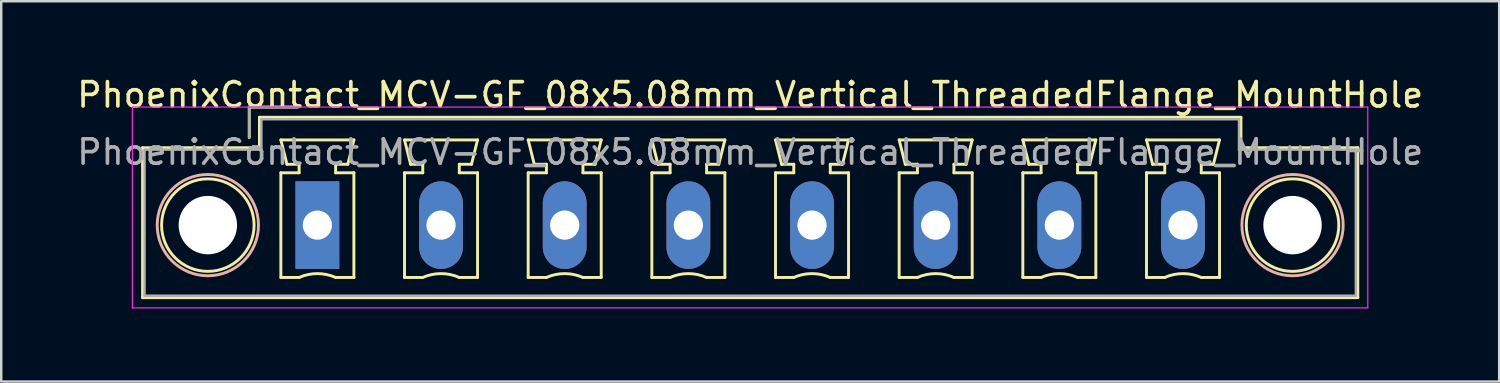
<source format=kicad_pcb>
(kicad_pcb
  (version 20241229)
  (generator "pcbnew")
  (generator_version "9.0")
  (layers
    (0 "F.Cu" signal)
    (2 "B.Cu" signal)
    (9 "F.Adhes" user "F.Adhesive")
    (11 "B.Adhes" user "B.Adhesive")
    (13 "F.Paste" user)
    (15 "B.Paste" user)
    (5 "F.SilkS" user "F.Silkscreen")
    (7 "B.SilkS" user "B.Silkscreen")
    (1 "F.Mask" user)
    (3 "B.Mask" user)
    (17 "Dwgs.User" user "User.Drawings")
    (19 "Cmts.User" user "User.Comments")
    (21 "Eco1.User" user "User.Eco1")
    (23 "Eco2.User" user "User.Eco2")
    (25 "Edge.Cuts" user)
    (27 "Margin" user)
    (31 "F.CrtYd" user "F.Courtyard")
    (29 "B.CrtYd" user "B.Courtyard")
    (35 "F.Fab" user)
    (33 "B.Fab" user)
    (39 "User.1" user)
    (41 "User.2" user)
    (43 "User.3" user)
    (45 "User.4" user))
  (footprint "PhoenixContact_MCV-GF_08x5.08mm_Vertical_ThreadedFlange_MountHole"
    (layer "F.Cu")
    (at 9.988 6.198)
    (property "Reference" "PhoenixContact_MCV-GF_08x5.08mm_Vertical_ThreadedFlange_MountHole" (at 17.78 -5.35 0) (layer "F.SilkS") (effects (font (size 1 1) (thickness 0.15))))
    (attr through_hole)
    (fp_line (start -7.18 -3.18) (end -7.18 2.98) (stroke (width 0.12) (type solid)) (layer "F.SilkS"))
    (fp_line (start -7.18 2.98) (end 42.74 2.98) (stroke (width 0.12) (type solid)) (layer "F.SilkS"))
    (fp_line (start -2.8 -4.85) (end -0.8 -4.85) (stroke (width 0.12) (type solid)) (layer "F.SilkS"))
    (fp_line (start -2.8 -3.6) (end -2.8 -4.85) (stroke (width 0.12) (type solid)) (layer "F.SilkS"))
    (fp_line (start -2.38 -4.43) (end -2.38 -3.18) (stroke (width 0.12) (type solid)) (layer "F.SilkS"))
    (fp_line (start -2.38 -3.18) (end -7.18 -3.18) (stroke (width 0.12) (type solid)) (layer "F.SilkS"))
    (fp_line (start -1.5 -3.5) (end 1.5 -3.5) (stroke (width 0.12) (type solid)) (layer "F.SilkS"))
    (fp_line (start -1.5 -2.15) (end -0.75 -2.15) (stroke (width 0.12) (type solid)) (layer "F.SilkS"))
    (fp_line (start -1.5 2.15) (end -1.5 -2.15) (stroke (width 0.12) (type solid)) (layer "F.SilkS"))
    (fp_line (start -1.25 -2.5) (end -1.5 -3.5) (stroke (width 0.12) (type solid)) (layer "F.SilkS"))
    (fp_line (start -0.75 -2.5) (end -1.25 -2.5) (stroke (width 0.12) (type solid)) (layer "F.SilkS"))
    (fp_line (start -0.75 -2.15) (end -0.75 -2.5) (stroke (width 0.12) (type solid)) (layer "F.SilkS"))
    (fp_line (start -0.75 2.15) (end -1.5 2.15) (stroke (width 0.12) (type solid)) (layer "F.SilkS"))
    (fp_line (start 0.75 -2.5) (end 0.75 -2.15) (stroke (width 0.12) (type solid)) (layer "F.SilkS"))
    (fp_line (start 0.75 -2.15) (end 1.5 -2.15) (stroke (width 0.12) (type solid)) (layer "F.SilkS"))
    (fp_line (start 1.25 -2.5) (end 0.75 -2.5) (stroke (width 0.12) (type solid)) (layer "F.SilkS"))
    (fp_line (start 1.5 -3.5) (end 1.25 -2.5) (stroke (width 0.12) (type solid)) (layer "F.SilkS"))
    (fp_line (start 1.5 -2.15) (end 1.5 2.15) (stroke (width 0.12) (type solid)) (layer "F.SilkS"))
    (fp_line (start 1.5 2.15) (end 0.75 2.15) (stroke (width 0.12) (type solid)) (layer "F.SilkS"))
    (fp_line (start 3.58 -3.5) (end 6.58 -3.5) (stroke (width 0.12) (type solid)) (layer "F.SilkS"))
    (fp_line (start 3.58 -2.15) (end 4.33 -2.15) (stroke (width 0.12) (type solid)) (layer "F.SilkS"))
    (fp_line (start 3.58 2.15) (end 3.58 -2.15) (stroke (width 0.12) (type solid)) (layer "F.SilkS"))
    (fp_line (start 3.83 -2.5) (end 3.58 -3.5) (stroke (width 0.12) (type solid)) (layer "F.SilkS"))
    (fp_line (start 4.33 -2.5) (end 3.83 -2.5) (stroke (width 0.12) (type solid)) (layer "F.SilkS"))
    (fp_line (start 4.33 -2.15) (end 4.33 -2.5) (stroke (width 0.12) (type solid)) (layer "F.SilkS"))
    (fp_line (start 4.33 2.15) (end 3.58 2.15) (stroke (width 0.12) (type solid)) (layer "F.SilkS"))
    (fp_line (start 5.83 -2.5) (end 5.83 -2.15) (stroke (width 0.12) (type solid)) (layer "F.SilkS"))
    (fp_line (start 5.83 -2.15) (end 6.58 -2.15) (stroke (width 0.12) (type solid)) (layer "F.SilkS"))
    (fp_line (start 6.33 -2.5) (end 5.83 -2.5) (stroke (width 0.12) (type solid)) (layer "F.SilkS"))
    (fp_line (start 6.58 -3.5) (end 6.33 -2.5) (stroke (width 0.12) (type solid)) (layer "F.SilkS"))
    (fp_line (start 6.58 -2.15) (end 6.58 2.15) (stroke (width 0.12) (type solid)) (layer "F.SilkS"))
    (fp_line (start 6.58 2.15) (end 5.83 2.15) (stroke (width 0.12) (type solid)) (layer "F.SilkS"))
    (fp_line (start 8.66 -3.5) (end 11.66 -3.5) (stroke (width 0.12) (type solid)) (layer "F.SilkS"))
    (fp_line (start 8.66 -2.15) (end 9.41 -2.15) (stroke (width 0.12) (type solid)) (layer "F.SilkS"))
    (fp_line (start 8.66 2.15) (end 8.66 -2.15) (stroke (width 0.12) (type solid)) (layer "F.SilkS"))
    (fp_line (start 8.91 -2.5) (end 8.66 -3.5) (stroke (width 0.12) (type solid)) (layer "F.SilkS"))
    (fp_line (start 9.41 -2.5) (end 8.91 -2.5) (stroke (width 0.12) (type solid)) (layer "F.SilkS"))
    (fp_line (start 9.41 -2.15) (end 9.41 -2.5) (stroke (width 0.12) (type solid)) (layer "F.SilkS"))
    (fp_line (start 9.41 2.15) (end 8.66 2.15) (stroke (width 0.12) (type solid)) (layer "F.SilkS"))
    (fp_line (start 10.91 -2.5) (end 10.91 -2.15) (stroke (width 0.12) (type solid)) (layer "F.SilkS"))
    (fp_line (start 10.91 -2.15) (end 11.66 -2.15) (stroke (width 0.12) (type solid)) (layer "F.SilkS"))
    (fp_line (start 11.41 -2.5) (end 10.91 -2.5) (stroke (width 0.12) (type solid)) (layer "F.SilkS"))
    (fp_line (start 11.66 -3.5) (end 11.41 -2.5) (stroke (width 0.12) (type solid)) (layer "F.SilkS"))
    (fp_line (start 11.66 -2.15) (end 11.66 2.15) (stroke (width 0.12) (type solid)) (layer "F.SilkS"))
    (fp_line (start 11.66 2.15) (end 10.91 2.15) (stroke (width 0.12) (type solid)) (layer "F.SilkS"))
    (fp_line (start 13.74 -3.5) (end 16.74 -3.5) (stroke (width 0.12) (type solid)) (layer "F.SilkS"))
    (fp_line (start 13.74 -2.15) (end 14.49 -2.15) (stroke (width 0.12) (type solid)) (layer "F.SilkS"))
    (fp_line (start 13.74 2.15) (end 13.74 -2.15) (stroke (width 0.12) (type solid)) (layer "F.SilkS"))
    (fp_line (start 13.99 -2.5) (end 13.74 -3.5) (stroke (width 0.12) (type solid)) (layer "F.SilkS"))
    (fp_line (start 14.49 -2.5) (end 13.99 -2.5) (stroke (width 0.12) (type solid)) (layer "F.SilkS"))
    (fp_line (start 14.49 -2.15) (end 14.49 -2.5) (stroke (width 0.12) (type solid)) (layer "F.SilkS"))
    (fp_line (start 14.49 2.15) (end 13.74 2.15) (stroke (width 0.12) (type solid)) (layer "F.SilkS"))
    (fp_line (start 15.99 -2.5) (end 15.99 -2.15) (stroke (width 0.12) (type solid)) (layer "F.SilkS"))
    (fp_line (start 15.99 -2.15) (end 16.74 -2.15) (stroke (width 0.12) (type solid)) (layer "F.SilkS"))
    (fp_line (start 16.49 -2.5) (end 15.99 -2.5) (stroke (width 0.12) (type solid)) (layer "F.SilkS"))
    (fp_line (start 16.74 -3.5) (end 16.49 -2.5) (stroke (width 0.12) (type solid)) (layer "F.SilkS"))
    (fp_line (start 16.74 -2.15) (end 16.74 2.15) (stroke (width 0.12) (type solid)) (layer "F.SilkS"))
    (fp_line (start 16.74 2.15) (end 15.99 2.15) (stroke (width 0.12) (type solid)) (layer "F.SilkS"))
    (fp_line (start 18.82 -3.5) (end 21.82 -3.5) (stroke (width 0.12) (type solid)) (layer "F.SilkS"))
    (fp_line (start 18.82 -2.15) (end 19.57 -2.15) (stroke (width 0.12) (type solid)) (layer "F.SilkS"))
    (fp_line (start 18.82 2.15) (end 18.82 -2.15) (stroke (width 0.12) (type solid)) (layer "F.SilkS"))
    (fp_line (start 19.07 -2.5) (end 18.82 -3.5) (stroke (width 0.12) (type solid)) (layer "F.SilkS"))
    (fp_line (start 19.57 -2.5) (end 19.07 -2.5) (stroke (width 0.12) (type solid)) (layer "F.SilkS"))
    (fp_line (start 19.57 -2.15) (end 19.57 -2.5) (stroke (width 0.12) (type solid)) (layer "F.SilkS"))
    (fp_line (start 19.57 2.15) (end 18.82 2.15) (stroke (width 0.12) (type solid)) (layer "F.SilkS"))
    (fp_line (start 21.07 -2.5) (end 21.07 -2.15) (stroke (width 0.12) (type solid)) (layer "F.SilkS"))
    (fp_line (start 21.07 -2.15) (end 21.82 -2.15) (stroke (width 0.12) (type solid)) (layer "F.SilkS"))
    (fp_line (start 21.57 -2.5) (end 21.07 -2.5) (stroke (width 0.12) (type solid)) (layer "F.SilkS"))
    (fp_line (start 21.82 -3.5) (end 21.57 -2.5) (stroke (width 0.12) (type solid)) (layer "F.SilkS"))
    (fp_line (start 21.82 -2.15) (end 21.82 2.15) (stroke (width 0.12) (type solid)) (layer "F.SilkS"))
    (fp_line (start 21.82 2.15) (end 21.07 2.15) (stroke (width 0.12) (type solid)) (layer "F.SilkS"))
    (fp_line (start 23.9 -3.5) (end 26.9 -3.5) (stroke (width 0.12) (type solid)) (layer "F.SilkS"))
    (fp_line (start 23.9 -2.15) (end 24.65 -2.15) (stroke (width 0.12) (type solid)) (layer "F.SilkS"))
    (fp_line (start 23.9 2.15) (end 23.9 -2.15) (stroke (width 0.12) (type solid)) (layer "F.SilkS"))
    (fp_line (start 24.15 -2.5) (end 23.9 -3.5) (stroke (width 0.12) (type solid)) (layer "F.SilkS"))
    (fp_line (start 24.65 -2.5) (end 24.15 -2.5) (stroke (width 0.12) (type solid)) (layer "F.SilkS"))
    (fp_line (start 24.65 -2.15) (end 24.65 -2.5) (stroke (width 0.12) (type solid)) (layer "F.SilkS"))
    (fp_line (start 24.65 2.15) (end 23.9 2.15) (stroke (width 0.12) (type solid)) (layer "F.SilkS"))
    (fp_line (start 26.15 -2.5) (end 26.15 -2.15) (stroke (width 0.12) (type solid)) (layer "F.SilkS"))
    (fp_line (start 26.15 -2.15) (end 26.9 -2.15) (stroke (width 0.12) (type solid)) (layer "F.SilkS"))
    (fp_line (start 26.65 -2.5) (end 26.15 -2.5) (stroke (width 0.12) (type solid)) (layer "F.SilkS"))
    (fp_line (start 26.9 -3.5) (end 26.65 -2.5) (stroke (width 0.12) (type solid)) (layer "F.SilkS"))
    (fp_line (start 26.9 -2.15) (end 26.9 2.15) (stroke (width 0.12) (type solid)) (layer "F.SilkS"))
    (fp_line (start 26.9 2.15) (end 26.15 2.15) (stroke (width 0.12) (type solid)) (layer "F.SilkS"))
    (fp_line (start 28.98 -3.5) (end 31.98 -3.5) (stroke (width 0.12) (type solid)) (layer "F.SilkS"))
    (fp_line (start 28.98 -2.15) (end 29.73 -2.15) (stroke (width 0.12) (type solid)) (layer "F.SilkS"))
    (fp_line (start 28.98 2.15) (end 28.98 -2.15) (stroke (width 0.12) (type solid)) (layer "F.SilkS"))
    (fp_line (start 29.23 -2.5) (end 28.98 -3.5) (stroke (width 0.12) (type solid)) (layer "F.SilkS"))
    (fp_line (start 29.73 -2.5) (end 29.23 -2.5) (stroke (width 0.12) (type solid)) (layer "F.SilkS"))
    (fp_line (start 29.73 -2.15) (end 29.73 -2.5) (stroke (width 0.12) (type solid)) (layer "F.SilkS"))
    (fp_line (start 29.73 2.15) (end 28.98 2.15) (stroke (width 0.12) (type solid)) (layer "F.SilkS"))
    (fp_line (start 31.23 -2.5) (end 31.23 -2.15) (stroke (width 0.12) (type solid)) (layer "F.SilkS"))
    (fp_line (start 31.23 -2.15) (end 31.98 -2.15) (stroke (width 0.12) (type solid)) (layer "F.SilkS"))
    (fp_line (start 31.73 -2.5) (end 31.23 -2.5) (stroke (width 0.12) (type solid)) (layer "F.SilkS"))
    (fp_line (start 31.98 -3.5) (end 31.73 -2.5) (stroke (width 0.12) (type solid)) (layer "F.SilkS"))
    (fp_line (start 31.98 -2.15) (end 31.98 2.15) (stroke (width 0.12) (type solid)) (layer "F.SilkS"))
    (fp_line (start 31.98 2.15) (end 31.23 2.15) (stroke (width 0.12) (type solid)) (layer "F.SilkS"))
    (fp_line (start 34.06 -3.5) (end 37.06 -3.5) (stroke (width 0.12) (type solid)) (layer "F.SilkS"))
    (fp_line (start 34.06 -2.15) (end 34.81 -2.15) (stroke (width 0.12) (type solid)) (layer "F.SilkS"))
    (fp_line (start 34.06 2.15) (end 34.06 -2.15) (stroke (width 0.12) (type solid)) (layer "F.SilkS"))
    (fp_line (start 34.31 -2.5) (end 34.06 -3.5) (stroke (width 0.12) (type solid)) (layer "F.SilkS"))
    (fp_line (start 34.81 -2.5) (end 34.31 -2.5) (stroke (width 0.12) (type solid)) (layer "F.SilkS"))
    (fp_line (start 34.81 -2.15) (end 34.81 -2.5) (stroke (width 0.12) (type solid)) (layer "F.SilkS"))
    (fp_line (start 34.81 2.15) (end 34.06 2.15) (stroke (width 0.12) (type solid)) (layer "F.SilkS"))
    (fp_line (start 36.31 -2.5) (end 36.31 -2.15) (stroke (width 0.12) (type solid)) (layer "F.SilkS"))
    (fp_line (start 36.31 -2.15) (end 37.06 -2.15) (stroke (width 0.12) (type solid)) (layer "F.SilkS"))
    (fp_line (start 36.81 -2.5) (end 36.31 -2.5) (stroke (width 0.12) (type solid)) (layer "F.SilkS"))
    (fp_line (start 37.06 -3.5) (end 36.81 -2.5) (stroke (width 0.12) (type solid)) (layer "F.SilkS"))
    (fp_line (start 37.06 -2.15) (end 37.06 2.15) (stroke (width 0.12) (type solid)) (layer "F.SilkS"))
    (fp_line (start 37.06 2.15) (end 36.31 2.15) (stroke (width 0.12) (type solid)) (layer "F.SilkS"))
    (fp_line (start 37.94 -4.43) (end -2.38 -4.43) (stroke (width 0.12) (type solid)) (layer "F.SilkS"))
    (fp_line (start 37.94 -3.18) (end 37.94 -4.43) (stroke (width 0.12) (type solid)) (layer "F.SilkS"))
    (fp_line (start 42.74 -3.18) (end 37.94 -3.18) (stroke (width 0.12) (type solid)) (layer "F.SilkS"))
    (fp_line (start 42.74 2.98) (end 42.74 -3.18) (stroke (width 0.12) (type solid)) (layer "F.SilkS"))
    (fp_arc (start -0.75 2.15) (mid -0.000193 1.99191) (end 0.749647 2.149844) (stroke (width 0.12) (type solid)) (layer "F.SilkS"))
    (fp_arc (start 4.33 2.15) (mid 5.079807 1.99191) (end 5.829647 2.149844) (stroke (width 0.12) (type solid)) (layer "F.SilkS"))
    (fp_arc (start 9.41 2.15) (mid 10.159807 1.99191) (end 10.909647 2.149844) (stroke (width 0.12) (type solid)) (layer "F.SilkS"))
    (fp_arc (start 14.49 2.15) (mid 15.239807 1.99191) (end 15.989647 2.149844) (stroke (width 0.12) (type solid)) (layer "F.SilkS"))
    (fp_arc (start 19.57 2.15) (mid 20.319807 1.99191) (end 21.069647 2.149844) (stroke (width 0.12) (type solid)) (layer "F.SilkS"))
    (fp_arc (start 24.65 2.15) (mid 25.399807 1.99191) (end 26.149647 2.149844) (stroke (width 0.12) (type solid)) (layer "F.SilkS"))
    (fp_arc (start 29.73 2.15) (mid 30.479807 1.99191) (end 31.229647 2.149844) (stroke (width 0.12) (type solid)) (layer "F.SilkS"))
    (fp_arc (start 34.81 2.15) (mid 35.559807 1.99191) (end 36.309647 2.149844) (stroke (width 0.12) (type solid)) (layer "F.SilkS"))
    (fp_circle (center -4.5 0) (end -2.6 0) (stroke (width 0.12) (type solid)) (fill no) (layer "F.SilkS"))
    (fp_circle (center 40.06 0) (end 41.96 0) (stroke (width 0.12) (type solid)) (fill no) (layer "F.SilkS"))
    (fp_circle (center -4.5 0) (end -2.42 0) (stroke (width 0.12) (type solid)) (fill no) (layer "B.SilkS"))
    (fp_circle (center 40.06 0) (end 42.14 0) (stroke (width 0.12) (type solid)) (fill no) (layer "B.SilkS"))
    (fp_line (start -7.6 -4.85) (end -7.6 3.4) (stroke (width 0.05) (type solid)) (layer "F.CrtYd"))
    (fp_line (start -7.6 3.4) (end 43.15 3.4) (stroke (width 0.05) (type solid)) (layer "F.CrtYd"))
    (fp_line (start 43.15 -4.85) (end -7.6 -4.85) (stroke (width 0.05) (type solid)) (layer "F.CrtYd"))
    (fp_line (start 43.15 3.4) (end 43.15 -4.85) (stroke (width 0.05) (type solid)) (layer "F.CrtYd"))
    (fp_line (start -7.1 -3.1) (end -7.1 2.9) (stroke (width 0.1) (type solid)) (layer "F.Fab"))
    (fp_line (start -7.1 2.9) (end 42.66 2.9) (stroke (width 0.1) (type solid)) (layer "F.Fab"))
    (fp_line (start -2.8 -4.85) (end -0.8 -4.85) (stroke (width 0.1) (type solid)) (layer "F.Fab"))
    (fp_line (start -2.8 -3.6) (end -2.8 -4.85) (stroke (width 0.1) (type solid)) (layer "F.Fab"))
    (fp_line (start -2.3 -4.35) (end -2.3 -3.1) (stroke (width 0.1) (type solid)) (layer "F.Fab"))
    (fp_line (start -2.3 -3.1) (end -7.1 -3.1) (stroke (width 0.1) (type solid)) (layer "F.Fab"))
    (fp_line (start 37.86 -4.35) (end -2.3 -4.35) (stroke (width 0.1) (type solid)) (layer "F.Fab"))
    (fp_line (start 37.86 -3.1) (end 37.86 -4.35) (stroke (width 0.1) (type solid)) (layer "F.Fab"))
    (fp_line (start 42.66 -3.1) (end 37.86 -3.1) (stroke (width 0.1) (type solid)) (layer "F.Fab"))
    (fp_line (start 42.66 2.9) (end 42.66 -3.1) (stroke (width 0.1) (type solid)) (layer "F.Fab"))
    (fp_text user "${REFERENCE}" (at 17.78 -3 0) (layer "F.Fab") (effects (font (size 1 1) (thickness 0.15))))
    (pad "" np_thru_hole circle (at -4.5 0) (size 2.4 2.4) (drill 2.4) (layers "*.Cu" "*.Mask"))
    (pad "" np_thru_hole circle (at 40.06 0) (size 2.4 2.4) (drill 2.4) (layers "*.Cu" "*.Mask"))
    (pad "1" thru_hole rect (at 0 0) (size 1.8 3.6) (drill 1.2) (layers "*.Cu" "*.Mask"))
    (pad "2" thru_hole oval (at 5.08 0) (size 1.8 3.6) (drill 1.2) (layers "*.Cu" "*.Mask"))
    (pad "3" thru_hole oval (at 10.16 0) (size 1.8 3.6) (drill 1.2) (layers "*.Cu" "*.Mask"))
    (pad "4" thru_hole oval (at 15.24 0) (size 1.8 3.6) (drill 1.2) (layers "*.Cu" "*.Mask"))
    (pad "5" thru_hole oval (at 20.32 0) (size 1.8 3.6) (drill 1.2) (layers "*.Cu" "*.Mask"))
    (pad "6" thru_hole oval (at 25.4 0) (size 1.8 3.6) (drill 1.2) (layers "*.Cu" "*.Mask"))
    (pad "7" thru_hole oval (at 30.48 0) (size 1.8 3.6) (drill 1.2) (layers "*.Cu" "*.Mask"))
    (pad "8" thru_hole oval (at 35.56 0) (size 1.8 3.6) (drill 1.2) (layers "*.Cu" "*.Mask")))
  (gr_rect
    (start -3 -3)
    (end 58.536 12.623)
    (stroke (width 0.1) (type default))
    (fill no)
    (layer "Edge.Cuts")))
</source>
